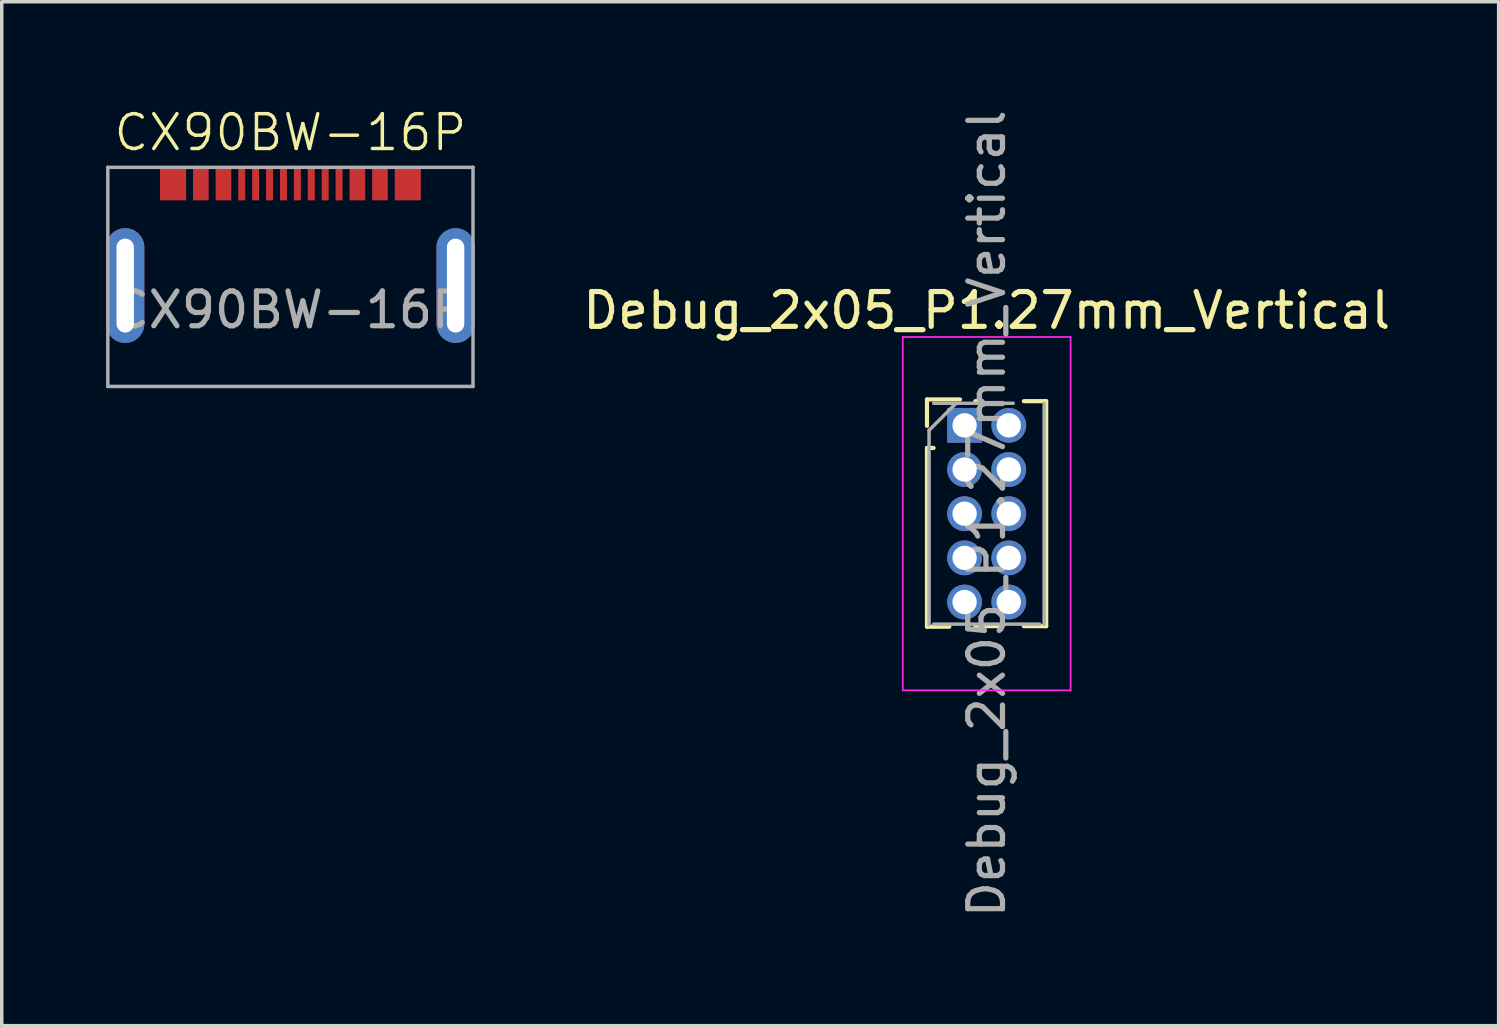
<source format=kicad_pcb>
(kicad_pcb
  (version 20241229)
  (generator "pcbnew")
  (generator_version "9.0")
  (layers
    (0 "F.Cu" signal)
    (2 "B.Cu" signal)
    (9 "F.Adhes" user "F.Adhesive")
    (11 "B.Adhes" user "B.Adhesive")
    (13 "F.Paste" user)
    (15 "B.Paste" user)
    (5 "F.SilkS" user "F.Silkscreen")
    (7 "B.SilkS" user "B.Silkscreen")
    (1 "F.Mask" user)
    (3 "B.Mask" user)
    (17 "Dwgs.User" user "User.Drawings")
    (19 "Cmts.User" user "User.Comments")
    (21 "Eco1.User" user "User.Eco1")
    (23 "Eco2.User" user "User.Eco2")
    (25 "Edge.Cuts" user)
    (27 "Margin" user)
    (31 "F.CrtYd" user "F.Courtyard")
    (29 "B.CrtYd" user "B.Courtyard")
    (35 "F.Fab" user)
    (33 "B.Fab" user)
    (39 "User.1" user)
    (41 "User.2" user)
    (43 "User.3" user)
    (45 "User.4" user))
  (footprint "CX90BW-16P"
    (layer "F.Cu")
    (at 5.3 7.361)
    (property "Reference" "CX90BW-16P" (at 0 -6.6 0) (unlocked yes) (layer "F.SilkS") (effects (font (size 1 1) (thickness 0.1))))
    (attr smd)
    (fp_line (start -5.25 -5.6) (end 0 -5.6) (stroke (width 0.1) (type default)) (layer "F.Fab"))
    (fp_line (start -5.25 0.7) (end -5.25 -5.6) (stroke (width 0.1) (type default)) (layer "F.Fab"))
    (fp_line (start 0 -5.6) (end 5.25 -5.6) (stroke (width 0.1) (type default)) (layer "F.Fab"))
    (fp_line (start 5.25 -5.6) (end 5.25 0.7) (stroke (width 0.1) (type default)) (layer "F.Fab"))
    (fp_line (start 5.25 0.7) (end -5.25 0.7) (stroke (width 0.1) (type default)) (layer "F.Fab"))
    (fp_text user "${REFERENCE}" (at 0 -1.5 0) (unlocked yes) (layer "F.Fab") (effects (font (size 1 1) (thickness 0.15))))
    (pad "A1" smd rect (at -2.575 -5.125 90) (size 0.95 0.45) (layers "F.Cu" "F.Mask" "F.Paste"))
    (pad "A4" smd rect (at -1.925 -5.125 90) (size 0.95 0.45) (layers "F.Cu" "F.Mask" "F.Paste"))
    (pad "A5" smd rect (at -1.4 -5.125 90) (size 0.95 0.2) (layers "F.Cu" "F.Mask" "F.Paste"))
    (pad "A6" smd rect (at -0.6 -5.125 90) (size 0.95 0.2) (layers "F.Cu" "F.Mask" "F.Paste"))
    (pad "A7" smd rect (at 0.2 -5.125 90) (size 0.95 0.2) (layers "F.Cu" "F.Mask" "F.Paste"))
    (pad "A8" smd rect (at 1 -5.125 90) (size 0.95 0.2) (layers "F.Cu" "F.Mask" "F.Paste"))
    (pad "B1" smd rect (at 2.575 -5.125 90) (size 0.95 0.45) (layers "F.Cu" "F.Mask" "F.Paste"))
    (pad "B4" smd rect (at 1.925 -5.125 90) (size 0.95 0.45) (layers "F.Cu" "F.Mask" "F.Paste"))
    (pad "B5" smd rect (at 1.4 -5.125 90) (size 0.95 0.2) (layers "F.Cu" "F.Mask" "F.Paste"))
    (pad "B6" smd rect (at 0.6 -5.125 90) (size 0.95 0.2) (layers "F.Cu" "F.Mask" "F.Paste"))
    (pad "B7" smd rect (at -0.2 -5.125 90) (size 0.95 0.2) (layers "F.Cu" "F.Mask" "F.Paste"))
    (pad "B8" smd rect (at -1 -5.125 90) (size 0.95 0.2) (layers "F.Cu" "F.Mask" "F.Paste"))
    (pad "M1" thru_hole oval (at -4.75 -2.2 90) (size 3.3 1.1) (drill oval 2.7 0.5) (layers "*.Cu" "*.Mask"))
    (pad "M2" thru_hole oval (at 4.75 -2.2 90) (size 3.3 1.1) (drill oval 2.7 0.5) (layers "*.Cu" "*.Mask"))
    (pad "S1" smd rect (at -3.375 -5.125 90) (size 0.95 0.75) (layers "F.Cu" "F.Mask" "F.Paste"))
    (pad "S2" smd rect (at 3.375 -5.125 90) (size 0.95 0.75) (layers "F.Cu" "F.Mask" "F.Paste")))
  (footprint "Debug_2x05_P1.27mm_Vertical"
    (layer "F.Cu")
    (at 25.955 9.18)
    (property "Reference" "Debug_2x05_P1.27mm_Vertical" (at -0.635 -3.302 0) (layer "F.SilkS") (effects (font (size 1 1) (thickness 0.15))))
    (attr through_hole)
    (fp_line (start -2.352 -0.745) (end -2.352 0.015) (stroke (width 0.12) (type solid)) (layer "F.SilkS"))
    (fp_line (start -2.352 0.65) (end -2.352 5.79) (stroke (width 0.12) (type solid)) (layer "F.SilkS"))
    (fp_line (start -2.162 0.65) (end -2.352 0.65) (stroke (width 0.12) (type solid)) (layer "F.SilkS"))
    (fp_line (start -1.71 5.79) (end -2.352 5.79) (stroke (width 0.12) (type solid)) (layer "F.SilkS"))
    (fp_line (start -1.402 -0.745) (end -2.352 -0.745) (stroke (width 0.12) (type solid)) (layer "F.SilkS"))
    (fp_line (start -0.962 -0.695) (end -0.76 -0.695) (stroke (width 0.12) (type solid)) (layer "F.SilkS"))
    (fp_line (start -0.962 5.775) (end -0.308 5.775) (stroke (width 0.12) (type solid)) (layer "F.SilkS"))
    (fp_line (start 1.076 -0.695) (end 0.434 -0.695) (stroke (width 0.12) (type solid)) (layer "F.SilkS"))
    (fp_line (start 1.076 -0.695) (end 1.076 5.775) (stroke (width 0.12) (type solid)) (layer "F.SilkS"))
    (fp_line (start 1.076 5.775) (end 0.434 5.775) (stroke (width 0.12) (type solid)) (layer "F.SilkS"))
    (fp_line (start -3.048 -2.54) (end 1.778 -2.54) (stroke (width 0.05) (type solid)) (layer "F.CrtYd"))
    (fp_line (start -3.048 7.62) (end -3.048 -2.54) (stroke (width 0.05) (type solid)) (layer "F.CrtYd"))
    (fp_line (start 1.778 -2.54) (end 1.778 7.62) (stroke (width 0.05) (type solid)) (layer "F.CrtYd"))
    (fp_line (start 1.778 7.62) (end -3.048 7.62) (stroke (width 0.05) (type solid)) (layer "F.CrtYd"))
    (fp_line (start -2.292 0.142) (end -2.292 5.73) (stroke (width 0.1) (type solid)) (layer "F.Fab"))
    (fp_line (start -2.16 -0.635) (end 0.128 -0.635) (stroke (width 0.1) (type solid)) (layer "F.Fab"))
    (fp_line (start -1.53 -0.62) (end -2.292 0.142) (stroke (width 0.1) (type solid)) (layer "F.Fab"))
    (fp_line (start 0.89 5.715) (end -2.16 5.715) (stroke (width 0.1) (type solid)) (layer "F.Fab"))
    (fp_line (start 1.016 5.715) (end 1.016 -0.635) (stroke (width 0.1) (type solid)) (layer "F.Fab"))
    (fp_text user "${REFERENCE}" (at -0.635 2.54 90) (layer "F.Fab") (effects (font (size 1 1) (thickness 0.15))))
    (pad "1" thru_hole rect (at -1.27 0) (size 1 1) (drill 0.7) (layers "*.Cu" "*.Mask"))
    (pad "2" thru_hole circle (at 0 0) (size 1 1) (drill 0.7) (layers "*.Cu" "*.Mask"))
    (pad "3" thru_hole circle (at -1.27 1.27) (size 1 1) (drill 0.7) (layers "*.Cu" "*.Mask"))
    (pad "4" thru_hole circle (at 0 1.27) (size 1 1) (drill 0.7) (layers "*.Cu" "*.Mask"))
    (pad "5" thru_hole circle (at -1.27 2.54) (size 1 1) (drill 0.7) (layers "*.Cu" "*.Mask"))
    (pad "6" thru_hole circle (at 0 2.54) (size 1 1) (drill 0.7) (layers "*.Cu" "*.Mask"))
    (pad "7" thru_hole circle (at -1.27 3.81) (size 1 1) (drill 0.7) (layers "*.Cu" "*.Mask"))
    (pad "8" thru_hole circle (at 0 3.81) (size 1 1) (drill 0.7) (layers "*.Cu" "*.Mask"))
    (pad "9" thru_hole circle (at -1.27 5.08) (size 1 1) (drill 0.7) (layers "*.Cu" "*.Mask"))
    (pad "10" thru_hole circle (at 0 5.08) (size 1 1) (drill 0.7) (layers "*.Cu" "*.Mask")))
  (gr_rect
    (start -3 -3)
    (end 40.04 26.44)
    (stroke (width 0.1) (type default))
    (fill no)
    (layer "Edge.Cuts")))
</source>
